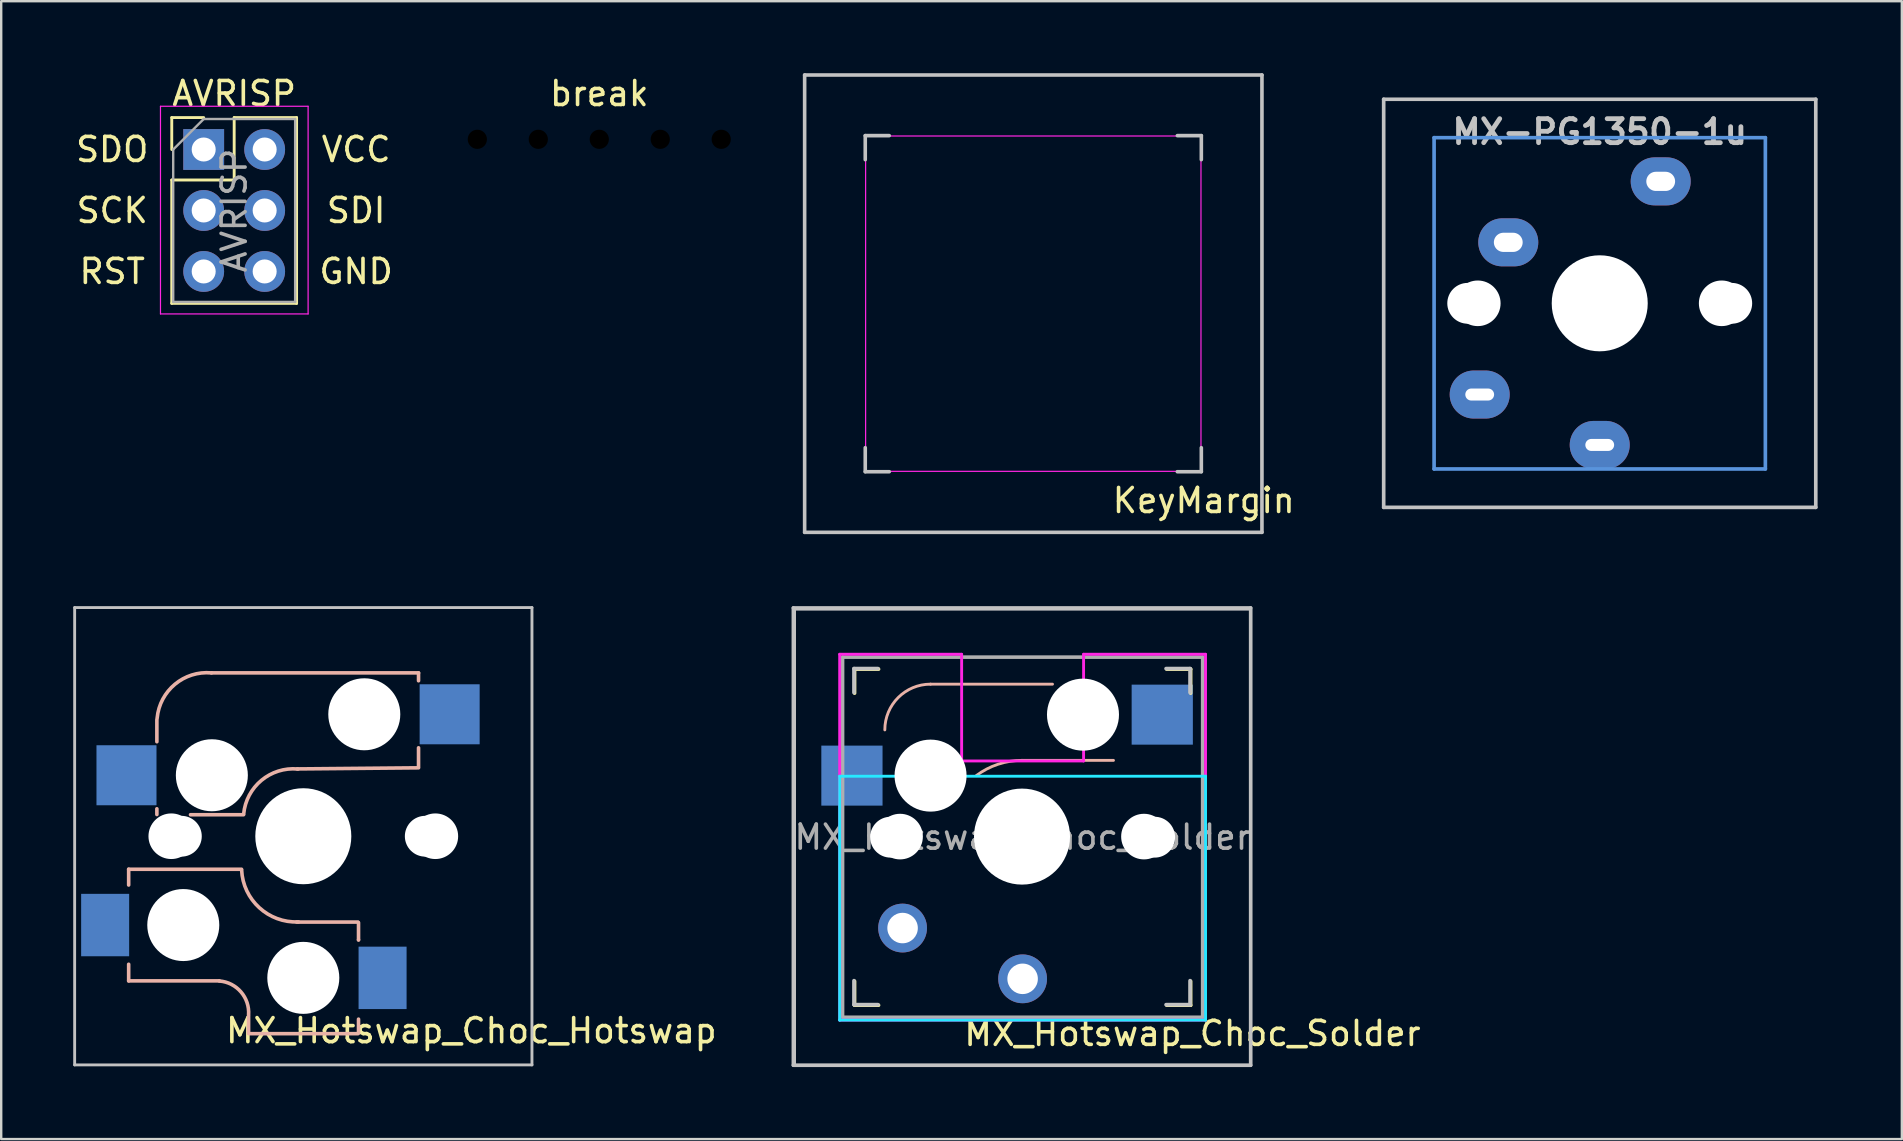
<source format=kicad_pcb>
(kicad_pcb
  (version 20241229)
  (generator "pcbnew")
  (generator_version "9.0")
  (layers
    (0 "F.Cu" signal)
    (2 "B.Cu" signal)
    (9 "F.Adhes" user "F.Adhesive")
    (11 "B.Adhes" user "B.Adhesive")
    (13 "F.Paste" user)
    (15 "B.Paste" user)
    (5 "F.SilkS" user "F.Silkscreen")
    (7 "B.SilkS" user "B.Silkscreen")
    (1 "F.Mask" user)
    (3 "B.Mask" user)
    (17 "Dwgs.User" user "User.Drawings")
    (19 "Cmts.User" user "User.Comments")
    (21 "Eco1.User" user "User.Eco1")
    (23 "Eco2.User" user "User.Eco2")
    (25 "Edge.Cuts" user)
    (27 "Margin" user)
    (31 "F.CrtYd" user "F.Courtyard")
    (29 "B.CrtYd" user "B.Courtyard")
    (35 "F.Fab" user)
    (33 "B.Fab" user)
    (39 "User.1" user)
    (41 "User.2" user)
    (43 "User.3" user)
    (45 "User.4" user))
  (footprint "break"
    (layer "F.Cu")
    (at 21.914 2.753)
    (property "Reference" "break" (at 0 -1.905 0) (unlocked yes) (layer "F.SilkS") (effects (font (size 1 1) (thickness 0.15))))
    (pad "" np_thru_hole circle (at -5.08 0 270) (size 0.8 0.8) (drill 0.8) (layers "*.Mask"))
    (pad "" np_thru_hole circle (at -2.54 0) (size 0.8 0.8) (drill 0.8) (layers "*.Mask"))
    (pad "" np_thru_hole circle (at 0 0) (size 0.8 0.8) (drill 0.8) (layers "*.Mask"))
    (pad "" np_thru_hole circle (at 2.54 0) (size 0.8 0.8) (drill 0.8) (layers "*.Mask"))
    (pad "" np_thru_hole circle (at 5.08 0) (size 0.8 0.8) (drill 0.8) (layers "*.Mask")))
  (footprint "MX_Hotswap_Choc_Hotswap"
    (layer "F.Cu")
    (at 9.585 31.785)
    (property "Reference" "MX_Hotswap_Choc_Hotswap" (at 7 8.1 0) (layer "F.SilkS") (effects (font (size 1 1) (thickness 0.15))))
    (attr through_hole)
    (fp_line (start -7.275 1.375) (end -7.275 2.032) (stroke (width 0.15) (type solid)) (layer "B.SilkS"))
    (fp_line (start -7.275 5.334) (end -7.275 6.025) (stroke (width 0.15) (type solid)) (layer "B.SilkS"))
    (fp_line (start -6.1 -4.85) (end -6.1 -3.937) (stroke (width 0.15) (type solid)) (layer "B.SilkS"))
    (fp_line (start -6.1 -1.143) (end -6.1 -0.905) (stroke (width 0.15) (type solid)) (layer "B.SilkS"))
    (fp_line (start -4.699 -0.896) (end -2.49 -0.896) (stroke (width 0.15) (type solid)) (layer "B.SilkS"))
    (fp_line (start -3.5 6.025) (end -7.275 6.025) (stroke (width 0.15) (type solid)) (layer "B.SilkS"))
    (fp_line (start -2.575 1.375) (end -7.275 1.375) (stroke (width 0.15) (type solid)) (layer "B.SilkS"))
    (fp_line (start -2.28 7.5) (end -2.28 8.2) (stroke (width 0.15) (type solid)) (layer "B.SilkS"))
    (fp_line (start 2.275 3.575) (end -0.275 3.575) (stroke (width 0.15) (type solid)) (layer "B.SilkS"))
    (fp_line (start 2.275 8.225) (end -2.275 8.225) (stroke (width 0.15) (type solid)) (layer "B.SilkS"))
    (fp_line (start 2.3 3.6) (end 2.3 4.318) (stroke (width 0.15) (type solid)) (layer "B.SilkS"))
    (fp_line (start 2.3 4.318) (end 2.3 4.318) (stroke (width 0.15) (type solid)) (layer "B.SilkS"))
    (fp_line (start 2.3 7.62) (end 2.3 8.2) (stroke (width 0.15) (type solid)) (layer "B.SilkS"))
    (fp_line (start 4.8 -6.804) (end -3.825 -6.804) (stroke (width 0.15) (type solid)) (layer "B.SilkS"))
    (fp_line (start 4.8 -6.477) (end 4.8 -6.804) (stroke (width 0.15) (type solid)) (layer "B.SilkS"))
    (fp_line (start 4.8 -2.896) (end 4.8 -3.683) (stroke (width 0.15) (type solid)) (layer "B.SilkS"))
    (fp_line (start 4.8 -2.85) (end -0.25 -2.804) (stroke (width 0.15) (type solid)) (layer "B.SilkS"))
    (fp_arc (start -6.089 -4.92) (mid -5.347189 -6.33089) (end -3.825 -6.804) (stroke (width 0.15) (type solid)) (layer "B.SilkS"))
    (fp_arc (start -3.5 6.03) (mid -2.595908 6.48733) (end -2.28 7.45) (stroke (width 0.15) (type solid)) (layer "B.SilkS"))
    (fp_arc (start -2.485 -0.92) (mid -1.744361 -2.328061) (end -0.225 -2.8) (stroke (width 0.15) (type solid)) (layer "B.SilkS"))
    (fp_arc (start -0.2 3.57) (mid -1.834422 2.975843) (end -2.57 1.4) (stroke (width 0.15) (type solid)) (layer "B.SilkS"))
    (fp_line (start -9.525 -9.525) (end -9.525 9.525) (stroke (width 0.12) (type solid)) (layer "Dwgs.User"))
    (fp_line (start -9.525 9.525) (end 9.525 9.525) (stroke (width 0.12) (type solid)) (layer "Dwgs.User"))
    (fp_line (start 9.525 -9.525) (end -9.525 -9.525) (stroke (width 0.12) (type solid)) (layer "Dwgs.User"))
    (fp_line (start 9.525 -9.525) (end 9.525 9.525) (stroke (width 0.12) (type solid)) (layer "Dwgs.User"))
    (fp_line (start -9 -9) (end 9 -9) (stroke (width 0.15) (type solid)) (layer "Eco2.User"))
    (fp_line (start -9 9) (end -9 -9) (stroke (width 0.15) (type solid)) (layer "Eco2.User"))
    (fp_line (start -7 -7) (end 7 -7) (stroke (width 0.15) (type solid)) (layer "Eco2.User"))
    (fp_line (start -7 7) (end -7 -7) (stroke (width 0.15) (type solid)) (layer "Eco2.User"))
    (fp_line (start 7 -7) (end 7 7) (stroke (width 0.15) (type solid)) (layer "Eco2.User"))
    (fp_line (start 7 7) (end -7 7) (stroke (width 0.15) (type solid)) (layer "Eco2.User"))
    (fp_line (start 9 -9) (end 9 9) (stroke (width 0.15) (type solid)) (layer "Eco2.User"))
    (fp_line (start 9 9) (end -9 9) (stroke (width 0.15) (type solid)) (layer "Eco2.User"))
    (pad "" np_thru_hole circle (at -5.5 0 90) (size 1.9 1.9) (drill 1.9) (layers "*.Cu" "*.Mask"))
    (pad "" np_thru_hole circle (at -5.08 0) (size 1.7 1.7) (drill 1.7) (layers "*.Cu" "*.Mask"))
    (pad "" np_thru_hole circle (at -5 3.7 90) (size 3 3) (drill 3) (layers "*.Cu" "*.Mask"))
    (pad "" np_thru_hole circle (at -3.81 -2.54 180) (size 3 3) (drill 3) (layers "*.Cu" "*.Mask"))
    (pad "" np_thru_hole circle (at 0 0 90) (size 4 4) (drill 4) (layers "*.Cu" "*.Mask"))
    (pad "" np_thru_hole circle (at 0 5.9 90) (size 3 3) (drill 3) (layers "*.Cu" "*.Mask"))
    (pad "" np_thru_hole circle (at 2.54 -5.08 180) (size 3 3) (drill 3) (layers "*.Cu" "*.Mask"))
    (pad "" np_thru_hole circle (at 5.08 0) (size 1.7 1.7) (drill 1.7) (layers "*.Cu" "*.Mask"))
    (pad "" np_thru_hole circle (at 5.5 0 90) (size 1.9 1.9) (drill 1.9) (layers "*.Cu" "*.Mask"))
    (pad "1" smd rect (at -8.255 3.7 180) (size 2 2.6) (layers "B.Cu" "B.Mask" "B.Paste"))
    (pad "1" smd rect (at -7.366 -2.54 180) (size 2.5 2.5) (layers "B.Cu" "B.Mask" "B.Paste"))
    (pad "2" smd rect (at 3.302 5.9 180) (size 2 2.6) (layers "B.Cu" "B.Mask" "B.Paste"))
    (pad "2" smd rect (at 6.096 -5.08 180) (size 2.5 2.5) (layers "B.Cu" "B.Mask" "B.Paste")))
  (footprint "MX_Hotswap_Choc_Solder"
    (layer "F.Cu")
    (at 39.524 31.8)
    (property "Reference" "MX_Hotswap_Choc_Solder" (at 7.1 8.2 0) (layer "F.SilkS") (effects (font (size 1 1) (thickness 0.15))))
    (attr through_hole)
    (fp_line (start -6.975 -5.975) (end -6.975 -6.975) (stroke (width 0.15) (type solid)) (layer "F.SilkS"))
    (fp_line (start -6.975 7.025) (end -6.975 6.025) (stroke (width 0.15) (type solid)) (layer "F.SilkS"))
    (fp_line (start -6.975 7.025) (end -5.975 7.025) (stroke (width 0.15) (type solid)) (layer "F.SilkS"))
    (fp_line (start -5.975 -6.975) (end -6.975 -6.975) (stroke (width 0.15) (type solid)) (layer "F.SilkS"))
    (fp_line (start 6.025 7.025) (end 7.025 7.025) (stroke (width 0.15) (type solid)) (layer "F.SilkS"))
    (fp_line (start 7.025 -6.975) (end 6.025 -6.975) (stroke (width 0.15) (type solid)) (layer "F.SilkS"))
    (fp_line (start 7.025 -6.975) (end 7.025 -5.975) (stroke (width 0.15) (type solid)) (layer "F.SilkS"))
    (fp_line (start 7.025 6.025) (end 7.025 7.025) (stroke (width 0.15) (type solid)) (layer "F.SilkS"))
    (fp_line (start -3.81 -6.35) (end 1.27 -6.35) (stroke (width 0.12) (type solid)) (layer "B.SilkS"))
    (fp_line (start 0 -3.175) (end 3.81 -3.175) (stroke (width 0.12) (type solid)) (layer "B.SilkS"))
    (fp_arc (start -5.715 -4.445) (mid -5.157038 -5.792038) (end -3.81 -6.35) (stroke (width 0.12) (type solid)) (layer "B.SilkS"))
    (fp_arc (start -1.905 -2.54) (mid -1.004023 -3.012069) (end 0 -3.175) (stroke (width 0.12) (type solid)) (layer "B.SilkS"))
    (fp_line (start -9.525 -9.525) (end 9.525 -9.525) (stroke (width 0.15) (type solid)) (layer "Dwgs.User"))
    (fp_line (start -9.525 9.525) (end -9.525 -9.525) (stroke (width 0.15) (type solid)) (layer "Dwgs.User"))
    (fp_line (start -9.475 -9.475) (end 9.525 -9.475) (stroke (width 0.12) (type solid)) (layer "Dwgs.User"))
    (fp_line (start -9.475 9.525) (end -9.475 -9.475) (stroke (width 0.12) (type solid)) (layer "Dwgs.User"))
    (fp_line (start -7 -7) (end -6 -7) (stroke (width 0.15) (type solid)) (layer "Dwgs.User"))
    (fp_line (start -7 -6) (end -7 -7) (stroke (width 0.15) (type solid)) (layer "Dwgs.User"))
    (fp_line (start -7 6) (end -7 7) (stroke (width 0.15) (type solid)) (layer "Dwgs.User"))
    (fp_line (start -7 7) (end -6 7) (stroke (width 0.15) (type solid)) (layer "Dwgs.User"))
    (fp_line (start 6 7) (end 7 7) (stroke (width 0.15) (type solid)) (layer "Dwgs.User"))
    (fp_line (start 7 -7) (end 6 -7) (stroke (width 0.15) (type solid)) (layer "Dwgs.User"))
    (fp_line (start 7 -7) (end 7 -6) (stroke (width 0.15) (type solid)) (layer "Dwgs.User"))
    (fp_line (start 7 7) (end 7 6) (stroke (width 0.15) (type solid)) (layer "Dwgs.User"))
    (fp_line (start 9.525 -9.525) (end 9.525 9.525) (stroke (width 0.15) (type solid)) (layer "Dwgs.User"))
    (fp_line (start 9.525 -9.475) (end 9.525 9.525) (stroke (width 0.12) (type solid)) (layer "Dwgs.User"))
    (fp_line (start 9.525 9.525) (end -9.525 9.525) (stroke (width 0.15) (type solid)) (layer "Dwgs.User"))
    (fp_line (start 9.525 9.525) (end -9.475 9.525) (stroke (width 0.12) (type solid)) (layer "Dwgs.User"))
    (fp_line (start -6.875 6.925) (end -6.875 -6.875) (stroke (width 0.15) (type solid)) (layer "Eco2.User"))
    (fp_line (start -6.875 6.925) (end 6.925 6.925) (stroke (width 0.15) (type solid)) (layer "Eco2.User"))
    (fp_line (start -2.575 -3.075) (end -2.575 -6.275) (stroke (width 0.15) (type solid)) (layer "Eco2.User"))
    (fp_line (start -2.575 -3.075) (end 2.625 -3.075) (stroke (width 0.15) (type solid)) (layer "Eco2.User"))
    (fp_line (start 2.625 -6.275) (end -2.575 -6.275) (stroke (width 0.15) (type solid)) (layer "Eco2.User"))
    (fp_line (start 2.625 -3.075) (end 2.625 -6.275) (stroke (width 0.15) (type solid)) (layer "Eco2.User"))
    (fp_line (start 6.925 -6.875) (end -6.875 -6.875) (stroke (width 0.15) (type solid)) (layer "Eco2.User"))
    (fp_line (start 6.925 -6.875) (end 6.925 6.925) (stroke (width 0.15) (type solid)) (layer "Eco2.User"))
    (fp_line (start -7.595 -2.515) (end 7.645 -2.515) (stroke (width 0.12) (type solid)) (layer "B.CrtYd"))
    (fp_line (start -7.595 7.645) (end -7.595 -2.515) (stroke (width 0.12) (type solid)) (layer "B.CrtYd"))
    (fp_line (start 7.645 -2.515) (end 7.645 7.645) (stroke (width 0.12) (type solid)) (layer "B.CrtYd"))
    (fp_line (start 7.645 7.645) (end -7.595 7.645) (stroke (width 0.12) (type solid)) (layer "B.CrtYd"))
    (fp_line (start -7.595 7.645) (end -7.595 -7.595) (stroke (width 0.12) (type solid)) (layer "F.CrtYd"))
    (fp_line (start -2.515 -7.595) (end -7.595 -7.595) (stroke (width 0.12) (type solid)) (layer "F.CrtYd"))
    (fp_line (start -2.515 -3.15) (end -2.515 -7.595) (stroke (width 0.12) (type solid)) (layer "F.CrtYd"))
    (fp_line (start 2.565 -7.595) (end 2.565 -3.15) (stroke (width 0.12) (type solid)) (layer "F.CrtYd"))
    (fp_line (start 2.565 -3.15) (end -2.515 -3.15) (stroke (width 0.12) (type solid)) (layer "F.CrtYd"))
    (fp_line (start 7.645 -7.595) (end 2.565 -7.595) (stroke (width 0.12) (type solid)) (layer "F.CrtYd"))
    (fp_line (start 7.645 -7.595) (end 7.645 7.645) (stroke (width 0.12) (type solid)) (layer "F.CrtYd"))
    (fp_line (start 7.645 7.645) (end -7.595 7.645) (stroke (width 0.12) (type solid)) (layer "F.CrtYd"))
    (fp_line (start -7.475 -7.475) (end 7.525 -7.475) (stroke (width 0.15) (type solid)) (layer "F.Fab"))
    (fp_line (start -7.475 7.525) (end -7.475 -7.475) (stroke (width 0.15) (type solid)) (layer "F.Fab"))
    (fp_line (start 7.525 -7.475) (end 7.525 7.525) (stroke (width 0.15) (type solid)) (layer "F.Fab"))
    (fp_line (start 7.525 7.525) (end -7.475 7.525) (stroke (width 0.15) (type solid)) (layer "F.Fab"))
    (fp_text user "${REFERENCE}" (at 0.025 0.025 0) (layer "F.Fab") (effects (font (size 1 1) (thickness 0.15))))
    (pad "" np_thru_hole circle (at -5.475 0.025) (size 1.702 1.702) (drill 1.702) (layers "*.Cu" "*.Mask"))
    (pad "" np_thru_hole circle (at -5.08 0) (size 1.9 1.9) (drill 1.9) (layers "*.Cu" "*.Mask"))
    (pad "" np_thru_hole circle (at -3.81 -2.54) (size 3 3) (drill 3) (layers "*.Cu" "*.Mask"))
    (pad "" np_thru_hole circle (at 0 0) (size 4 4) (drill 4) (layers "*.Cu" "*.Mask"))
    (pad "" np_thru_hole circle (at 2.54 -5.08) (size 3 3) (drill 3) (layers "*.Cu" "*.Mask"))
    (pad "" np_thru_hole circle (at 5.08 0) (size 1.9 1.9) (drill 1.9) (layers "*.Cu" "*.Mask"))
    (pad "" np_thru_hole circle (at 5.525 0.025) (size 1.702 1.702) (drill 1.702) (layers "*.Cu" "*.Mask"))
    (pad "1" smd rect (at -7.085 -2.54 180) (size 2.55 2.5) (layers "B.Cu" "B.Mask" "B.Paste"))
    (pad "1" thru_hole circle (at -4.975 3.81) (size 2.032 2.032) (drill 1.27) (layers "*.Cu" "B.Mask"))
    (pad "2" thru_hole circle (at 0.025 5.925) (size 2.032 2.032) (drill 1.27) (layers "*.Cu" "B.Mask"))
    (pad "2" smd rect (at 5.842 -5.08 180) (size 2.55 2.5) (layers "B.Cu" "B.Mask" "B.Paste")))
  (footprint "AVRISP"
    (layer "F.Cu")
    (at 5.435 3.178)
    (property "Reference" "AVRISP" (at 1.27 -2.33 0) (layer "F.SilkS") (effects (font (size 1 1) (thickness 0.15))))
    (attr through_hole)
    (fp_line (start -1.33 -1.33) (end 0 -1.33) (stroke (width 0.12) (type solid)) (layer "F.SilkS"))
    (fp_line (start -1.33 0) (end -1.33 -1.33) (stroke (width 0.12) (type solid)) (layer "F.SilkS"))
    (fp_line (start -1.33 1.27) (end -1.33 6.41) (stroke (width 0.12) (type solid)) (layer "F.SilkS"))
    (fp_line (start -1.33 1.27) (end 1.27 1.27) (stroke (width 0.12) (type solid)) (layer "F.SilkS"))
    (fp_line (start -1.33 6.41) (end 3.87 6.41) (stroke (width 0.12) (type solid)) (layer "F.SilkS"))
    (fp_line (start 1.27 -1.33) (end 3.87 -1.33) (stroke (width 0.12) (type solid)) (layer "F.SilkS"))
    (fp_line (start 1.27 1.27) (end 1.27 -1.33) (stroke (width 0.12) (type solid)) (layer "F.SilkS"))
    (fp_line (start 3.87 -1.33) (end 3.87 6.41) (stroke (width 0.12) (type solid)) (layer "F.SilkS"))
    (fp_line (start -1.8 -1.8) (end -1.8 6.85) (stroke (width 0.05) (type solid)) (layer "F.CrtYd"))
    (fp_line (start -1.8 6.85) (end 4.35 6.85) (stroke (width 0.05) (type solid)) (layer "F.CrtYd"))
    (fp_line (start 4.35 -1.8) (end -1.8 -1.8) (stroke (width 0.05) (type solid)) (layer "F.CrtYd"))
    (fp_line (start 4.35 6.85) (end 4.35 -1.8) (stroke (width 0.05) (type solid)) (layer "F.CrtYd"))
    (fp_line (start -1.27 0) (end 0 -1.27) (stroke (width 0.1) (type solid)) (layer "F.Fab"))
    (fp_line (start -1.27 6.35) (end -1.27 0) (stroke (width 0.1) (type solid)) (layer "F.Fab"))
    (fp_line (start 0 -1.27) (end 3.81 -1.27) (stroke (width 0.1) (type solid)) (layer "F.Fab"))
    (fp_line (start 3.81 -1.27) (end 3.81 6.35) (stroke (width 0.1) (type solid)) (layer "F.Fab"))
    (fp_line (start 3.81 6.35) (end -1.27 6.35) (stroke (width 0.1) (type solid)) (layer "F.Fab"))
    (fp_text user "GND" (at 6.35 5.08 0) (layer "F.SilkS") (effects (font (size 1 1) (thickness 0.15))))
    (fp_text user "SDI" (at 6.35 2.54 0) (layer "F.SilkS") (effects (font (size 1 1) (thickness 0.15))))
    (fp_text user "RST" (at -3.81 5.08 0) (layer "F.SilkS") (effects (font (size 1 1) (thickness 0.15))))
    (fp_text user "VCC" (at 6.35 0 0) (layer "F.SilkS") (effects (font (size 1 1) (thickness 0.15))))
    (fp_text user "SDO" (at -3.81 0 0) (layer "F.SilkS") (effects (font (size 1 1) (thickness 0.15))))
    (fp_text user "SCK" (at -3.81 2.54 0) (layer "F.SilkS") (effects (font (size 1 1) (thickness 0.15))))
    (fp_text user "${REFERENCE}" (at 1.27 2.54 90) (layer "F.Fab") (effects (font (size 1 1) (thickness 0.15))))
    (pad "1" thru_hole rect (at 0 0) (size 1.7 1.7) (drill 1) (layers "*.Cu" "*.Mask"))
    (pad "2" thru_hole oval (at 2.54 0) (size 1.7 1.7) (drill 1) (layers "*.Cu" "*.Mask"))
    (pad "3" thru_hole oval (at 0 2.54) (size 1.7 1.7) (drill 1) (layers "*.Cu" "*.Mask"))
    (pad "4" thru_hole oval (at 2.54 2.54) (size 1.7 1.7) (drill 1) (layers "*.Cu" "*.Mask"))
    (pad "5" thru_hole oval (at 0 5.08) (size 1.7 1.7) (drill 1) (layers "*.Cu" "*.Mask"))
    (pad "6" thru_hole oval (at 2.54 5.08) (size 1.7 1.7) (drill 1) (layers "*.Cu" "*.Mask")))
  (footprint "MX-PG1350-1u"
    (layer "F.Cu")
    (at 63.59 9.585)
    (property "Reference" "MX-PG1350-1u" (at 0 -7.144 180) (layer "Dwgs.User") (effects (font (size 1 1) (thickness 0.2))))
    (attr through_hole)
    (fp_line (start -9 -8.5) (end 9 -8.5) (stroke (width 0.152) (type solid)) (layer "Dwgs.User"))
    (fp_line (start -9 8.5) (end -9 -8.5) (stroke (width 0.152) (type solid)) (layer "Dwgs.User"))
    (fp_line (start 9 -8.5) (end 9 8.5) (stroke (width 0.152) (type solid)) (layer "Dwgs.User"))
    (fp_line (start 9 8.5) (end -9 8.5) (stroke (width 0.152) (type solid)) (layer "Dwgs.User"))
    (fp_line (start -6.9 -6.9) (end 6.9 -6.9) (stroke (width 0.152) (type solid)) (layer "Cmts.User"))
    (fp_line (start -6.9 6.9) (end -6.9 -6.9) (stroke (width 0.152) (type solid)) (layer "Cmts.User"))
    (fp_line (start 6.9 -6.9) (end 6.9 6.9) (stroke (width 0.152) (type solid)) (layer "Cmts.User"))
    (fp_line (start 6.9 6.9) (end -6.9 6.9) (stroke (width 0.152) (type solid)) (layer "Cmts.User"))
    (fp_line (start -9.525 -9.525) (end -9.525 9.525) (stroke (width 0.12) (type solid)) (layer "Eco1.User"))
    (fp_line (start -9.525 -9.525) (end 9.525 -9.525) (stroke (width 0.12) (type solid)) (layer "Eco1.User"))
    (fp_line (start -9.525 9.525) (end 9.525 9.525) (stroke (width 0.12) (type solid)) (layer "Eco1.User"))
    (fp_line (start 9.525 -9.525) (end 9.525 9.525) (stroke (width 0.12) (type solid)) (layer "Eco1.User"))
    (fp_line (start -7.5 -7.5) (end 7.5 -7.5) (stroke (width 0.152) (type solid)) (layer "Eco2.User"))
    (fp_line (start -7.5 7.5) (end -7.5 -7.5) (stroke (width 0.152) (type solid)) (layer "Eco2.User"))
    (fp_line (start 7.5 -7.5) (end 7.5 7.5) (stroke (width 0.152) (type solid)) (layer "Eco2.User"))
    (fp_line (start 7.5 7.5) (end -7.5 7.5) (stroke (width 0.152) (type solid)) (layer "Eco2.User"))
    (pad "" np_thru_hole circle (at -5.5 0 180) (size 1.7 1.7) (drill 1.7) (layers "*.Cu" "*.Mask"))
    (pad "" np_thru_hole circle (at -5.08 0 270) (size 1.9 1.9) (drill 1.9) (layers "*.Cu" "*.Mask"))
    (pad "" np_thru_hole circle (at 0 0 180) (size 4 4) (drill 4) (layers "*.Cu" "*.Mask"))
    (pad "" np_thru_hole circle (at 5.08 0 270) (size 1.9 1.9) (drill 1.9) (layers "*.Cu" "*.Mask"))
    (pad "" np_thru_hole circle (at 5.5 0 180) (size 1.7 1.7) (drill 1.7) (layers "*.Cu" "*.Mask"))
    (pad "1" thru_hole oval (at -3.81 -2.54 180) (size 2.5 2) (drill oval 1.2 0.8) (layers "*.Cu" "*.Mask"))
    (pad "1" thru_hole oval (at 0 5.9) (size 2.5 2) (drill oval 1.2 0.5) (layers "*.Cu" "*.Mask"))
    (pad "2" thru_hole oval (at -5 3.8) (size 2.5 2) (drill oval 1.2 0.5) (layers "*.Cu" "*.Mask"))
    (pad "2" thru_hole oval (at 2.54 -5.08 180) (size 2.5 2) (drill oval 1.2 0.8) (layers "*.Cu" "*.Mask")))
  (footprint "KeyMargin"
    (layer "F.Cu")
    (at 39.994 9.6)
    (property "Reference" "KeyMargin" (at 7.1 8.2 0) (layer "F.SilkS") (effects (font (size 1 1) (thickness 0.15))))
    (attr through_hole)
    (fp_line (start -9.525 -9.525) (end 9.525 -9.525) (stroke (width 0.15) (type solid)) (layer "Dwgs.User"))
    (fp_line (start -9.525 9.525) (end -9.525 -9.525) (stroke (width 0.15) (type solid)) (layer "Dwgs.User"))
    (fp_line (start -7 -7) (end -6 -7) (stroke (width 0.15) (type solid)) (layer "Dwgs.User"))
    (fp_line (start -7 -6) (end -7 -7) (stroke (width 0.15) (type solid)) (layer "Dwgs.User"))
    (fp_line (start -7 6) (end -7 7) (stroke (width 0.15) (type solid)) (layer "Dwgs.User"))
    (fp_line (start -7 7) (end -6 7) (stroke (width 0.15) (type solid)) (layer "Dwgs.User"))
    (fp_line (start 6 7) (end 7 7) (stroke (width 0.15) (type solid)) (layer "Dwgs.User"))
    (fp_line (start 7 -7) (end 6 -7) (stroke (width 0.15) (type solid)) (layer "Dwgs.User"))
    (fp_line (start 7 -7) (end 7 -6) (stroke (width 0.15) (type solid)) (layer "Dwgs.User"))
    (fp_line (start 7 7) (end 7 6) (stroke (width 0.15) (type solid)) (layer "Dwgs.User"))
    (fp_line (start 9.525 -9.525) (end 9.525 9.525) (stroke (width 0.15) (type solid)) (layer "Dwgs.User"))
    (fp_line (start 9.525 9.525) (end -9.525 9.525) (stroke (width 0.15) (type solid)) (layer "Dwgs.User"))
    (fp_rect (start -6.985 -6.985) (end 6.985 6.985) (stroke (width 0.05) (type solid)) (fill no) (layer "F.CrtYd")))
  (gr_rect
    (start -3 -3)
    (end 76.175 44.4)
    (stroke (width 0.1) (type default))
    (fill no)
    (layer "Edge.Cuts")))
</source>
